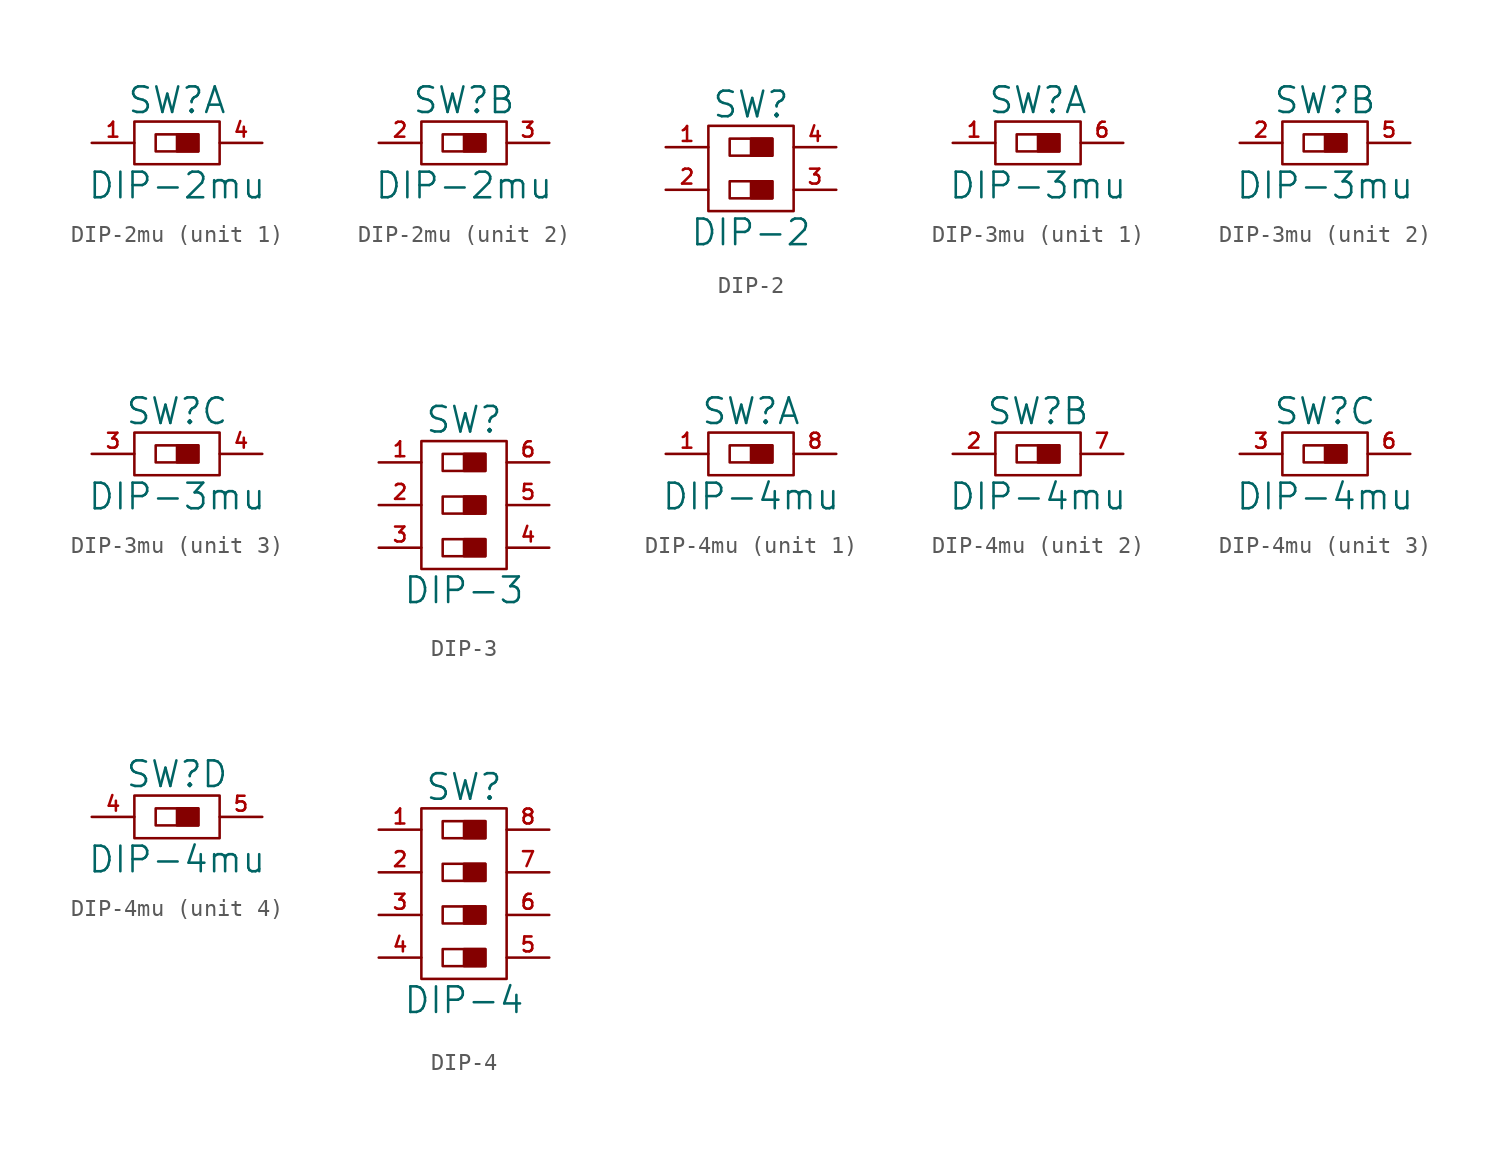
<source format=kicad_sym>
(kicad_symbol_lib
  (version 20220914)
  (generator kicad_symbol_editor)
  (symbol "DIP-2mu"
    (pin_names
      (offset 0))
    (property "Reference" "SW"
      (at 0 2.54 0)
      (effects (font (size 1.524 1.524))))
    (property "Value" "DIP-2mu"
      (at 0 -2.54 0)
      (effects (font (size 1.524 1.524))))
    (property "Footprint" ""
      (at 0 -2.54 0)
      (effects (font (size 1.524 1.524))))
    (property "Datasheet" ""
      (at 0 0 0)
      (effects (font (size 1.524 1.524))))
    (property "ki_locked" ""
      (at 0 0 0)
      (effects (font (size 1.27 1.27))))
    (symbol "DIP-2mu_0_1"
      (rectangle (start -1.27 0.508) (end 1.27 -0.508) (stroke (width 0) (type solid)) (fill (type none)))
      (rectangle (start 0 0.508) (end 1.27 -0.508) (stroke (width 0) (type solid)) (fill (type outline)))
      (rectangle (start 2.54 1.27) (end -2.54 -1.27) (stroke (width 0) (type solid)) (fill (type none))))
    (symbol "DIP-2mu_1_1"
      (pin passive line (at -5.08 0 0) (length 2.54) (name "~" (effects (font (size 1.27 1.27)))) (number "1" (effects (font (size 0.889 0.889)))))
      (pin passive line (at 5.08 0 180) (length 2.54) (name "~" (effects (font (size 1.27 1.27)))) (number "4" (effects (font (size 0.889 0.889))))))
    (symbol "DIP-2mu_2_1"
      (pin passive line (at -5.08 0 0) (length 2.54) (name "~" (effects (font (size 1.27 1.27)))) (number "2" (effects (font (size 0.889 0.889)))))
      (pin passive line (at 5.08 0 180) (length 2.54) (name "~" (effects (font (size 1.27 1.27)))) (number "3" (effects (font (size 0.889 0.889)))))))
  (symbol "DIP-2"
    (pin_names
      (offset 0))
    (property "Reference" "SW"
      (at 0 3.81 0)
      (effects (font (size 1.524 1.524))))
    (property "Value" "DIP-2"
      (at 0 -3.81 0)
      (effects (font (size 1.524 1.524))))
    (property "Footprint" ""
      (at 0 -2.54 0)
      (effects (font (size 1.524 1.524))))
    (property "Datasheet" ""
      (at 0 0 0)
      (effects (font (size 1.524 1.524))))
    (symbol "DIP-2_0_1"
      (rectangle (start -1.27 -0.762) (end 1.27 -1.778) (stroke (width 0) (type solid)) (fill (type none)))
      (rectangle (start -1.27 1.778) (end 1.27 0.762) (stroke (width 0) (type solid)) (fill (type none)))
      (rectangle (start 0 -0.762) (end 1.27 -1.778) (stroke (width 0) (type solid)) (fill (type outline)))
      (rectangle (start 0 1.778) (end 1.27 0.762) (stroke (width 0) (type solid)) (fill (type outline)))
      (rectangle (start 2.54 2.54) (end -2.54 -2.54) (stroke (width 0) (type solid)) (fill (type none))))
    (symbol "DIP-2_1_1"
      (pin passive line (at -5.08 1.27 0) (length 2.54) (name "~" (effects (font (size 1.27 1.27)))) (number "1" (effects (font (size 0.889 0.889)))))
      (pin passive line (at -5.08 -1.27 0) (length 2.54) (name "~" (effects (font (size 1.27 1.27)))) (number "2" (effects (font (size 0.889 0.889)))))
      (pin passive line (at 5.08 -1.27 180) (length 2.54) (name "~" (effects (font (size 1.27 1.27)))) (number "3" (effects (font (size 0.889 0.889)))))
      (pin passive line (at 5.08 1.27 180) (length 2.54) (name "~" (effects (font (size 1.27 1.27)))) (number "4" (effects (font (size 0.889 0.889)))))))
  (symbol "DIP-3mu"
    (pin_names
      (offset 0))
    (property "Reference" "SW"
      (at 0 2.54 0)
      (effects (font (size 1.524 1.524))))
    (property "Value" "DIP-3mu"
      (at 0 -2.54 0)
      (effects (font (size 1.524 1.524))))
    (property "Footprint" ""
      (at 0 -1.27 0)
      (effects (font (size 1.524 1.524))))
    (property "Datasheet" ""
      (at 0 0 0)
      (effects (font (size 1.524 1.524))))
    (property "ki_locked" ""
      (at 0 0 0)
      (effects (font (size 1.27 1.27))))
    (symbol "DIP-3mu_0_1"
      (rectangle (start -1.27 0.508) (end 1.27 -0.508) (stroke (width 0) (type solid)) (fill (type none)))
      (rectangle (start 0 0.508) (end 1.27 -0.508) (stroke (width 0) (type solid)) (fill (type outline)))
      (rectangle (start 2.54 1.27) (end -2.54 -1.27) (stroke (width 0) (type solid)) (fill (type none))))
    (symbol "DIP-3mu_1_1"
      (pin passive line (at -5.08 0 0) (length 2.54) (name "~" (effects (font (size 1.27 1.27)))) (number "1" (effects (font (size 0.889 0.889)))))
      (pin passive line (at 5.08 0 180) (length 2.54) (name "~" (effects (font (size 1.27 1.27)))) (number "6" (effects (font (size 0.889 0.889))))))
    (symbol "DIP-3mu_2_1"
      (pin passive line (at -5.08 0 0) (length 2.54) (name "~" (effects (font (size 1.27 1.27)))) (number "2" (effects (font (size 0.889 0.889)))))
      (pin passive line (at 5.08 0 180) (length 2.54) (name "~" (effects (font (size 1.27 1.27)))) (number "5" (effects (font (size 0.889 0.889))))))
    (symbol "DIP-3mu_3_1"
      (pin passive line (at -5.08 0 0) (length 2.54) (name "~" (effects (font (size 1.27 1.27)))) (number "3" (effects (font (size 0.889 0.889)))))
      (pin passive line (at 5.08 0 180) (length 2.54) (name "~" (effects (font (size 1.27 1.27)))) (number "4" (effects (font (size 0.889 0.889)))))))
  (symbol "DIP-3"
    (pin_names
      (offset 0))
    (property "Reference" "SW"
      (at 0 5.08 0)
      (effects (font (size 1.524 1.524))))
    (property "Value" "DIP-3"
      (at 0 -5.08 0)
      (effects (font (size 1.524 1.524))))
    (property "Footprint" ""
      (at 0 -1.27 0)
      (effects (font (size 1.524 1.524))))
    (property "Datasheet" ""
      (at 0 0 0)
      (effects (font (size 1.524 1.524))))
    (symbol "DIP-3_0_1"
      (rectangle (start -1.27 -2.032) (end 1.27 -3.048) (stroke (width 0) (type solid)) (fill (type none)))
      (rectangle (start -1.27 0.508) (end 1.27 -0.508) (stroke (width 0) (type solid)) (fill (type none)))
      (rectangle (start -1.27 3.048) (end 1.27 2.032) (stroke (width 0) (type solid)) (fill (type none)))
      (rectangle (start 0 -2.032) (end 1.27 -3.048) (stroke (width 0) (type solid)) (fill (type outline)))
      (rectangle (start 0 0.508) (end 1.27 -0.508) (stroke (width 0) (type solid)) (fill (type outline)))
      (rectangle (start 0 3.048) (end 1.27 2.032) (stroke (width 0) (type solid)) (fill (type outline)))
      (rectangle (start 2.54 3.81) (end -2.54 -3.81) (stroke (width 0) (type solid)) (fill (type none))))
    (symbol "DIP-3_1_1"
      (pin passive line (at -5.08 2.54 0) (length 2.54) (name "~" (effects (font (size 1.27 1.27)))) (number "1" (effects (font (size 0.889 0.889)))))
      (pin passive line (at -5.08 0 0) (length 2.54) (name "~" (effects (font (size 1.27 1.27)))) (number "2" (effects (font (size 0.889 0.889)))))
      (pin passive line (at -5.08 -2.54 0) (length 2.54) (name "~" (effects (font (size 1.27 1.27)))) (number "3" (effects (font (size 0.889 0.889)))))
      (pin passive line (at 5.08 -2.54 180) (length 2.54) (name "~" (effects (font (size 1.27 1.27)))) (number "4" (effects (font (size 0.889 0.889)))))
      (pin passive line (at 5.08 0 180) (length 2.54) (name "~" (effects (font (size 1.27 1.27)))) (number "5" (effects (font (size 0.889 0.889)))))
      (pin passive line (at 5.08 2.54 180) (length 2.54) (name "~" (effects (font (size 1.27 1.27)))) (number "6" (effects (font (size 0.889 0.889)))))))
  (symbol "DIP-4mu"
    (pin_names
      (offset 0))
    (property "Reference" "SW"
      (at 0 2.54 0)
      (effects (font (size 1.524 1.524))))
    (property "Value" "DIP-4mu"
      (at 0 -2.54 0)
      (effects (font (size 1.524 1.524))))
    (property "Footprint" ""
      (at 0 -1.27 0)
      (effects (font (size 1.524 1.524))))
    (property "Datasheet" ""
      (at 0 0 0)
      (effects (font (size 1.524 1.524))))
    (property "ki_locked" ""
      (at 0 0 0)
      (effects (font (size 1.27 1.27))))
    (symbol "DIP-4mu_0_1"
      (rectangle (start -1.27 0.508) (end 1.27 -0.508) (stroke (width 0) (type solid)) (fill (type none)))
      (rectangle (start 0 0.508) (end 1.27 -0.508) (stroke (width 0) (type solid)) (fill (type outline)))
      (rectangle (start 2.54 1.27) (end -2.54 -1.27) (stroke (width 0) (type solid)) (fill (type none))))
    (symbol "DIP-4mu_1_1"
      (pin passive line (at -5.08 0 0) (length 2.54) (name "~" (effects (font (size 1.27 1.27)))) (number "1" (effects (font (size 0.889 0.889)))))
      (pin passive line (at 5.08 0 180) (length 2.54) (name "~" (effects (font (size 1.27 1.27)))) (number "8" (effects (font (size 0.889 0.889))))))
    (symbol "DIP-4mu_2_1"
      (pin passive line (at -5.08 0 0) (length 2.54) (name "~" (effects (font (size 1.27 1.27)))) (number "2" (effects (font (size 0.889 0.889)))))
      (pin passive line (at 5.08 0 180) (length 2.54) (name "~" (effects (font (size 1.27 1.27)))) (number "7" (effects (font (size 0.889 0.889))))))
    (symbol "DIP-4mu_3_1"
      (pin passive line (at -5.08 0 0) (length 2.54) (name "~" (effects (font (size 1.27 1.27)))) (number "3" (effects (font (size 0.889 0.889)))))
      (pin passive line (at 5.08 0 180) (length 2.54) (name "~" (effects (font (size 1.27 1.27)))) (number "6" (effects (font (size 0.889 0.889))))))
    (symbol "DIP-4mu_4_1"
      (pin passive line (at -5.08 0 0) (length 2.54) (name "~" (effects (font (size 1.27 1.27)))) (number "4" (effects (font (size 0.889 0.889)))))
      (pin passive line (at 5.08 0 180) (length 2.54) (name "~" (effects (font (size 1.27 1.27)))) (number "5" (effects (font (size 0.889 0.889)))))))
  (symbol "DIP-4"
    (pin_names
      (offset 0))
    (property "Reference" "SW"
      (at 0 6.35 0)
      (effects (font (size 1.524 1.524))))
    (property "Value" "DIP-4"
      (at 0 -6.35 0)
      (effects (font (size 1.524 1.524))))
    (property "Footprint" ""
      (at 0 0 0)
      (effects (font (size 1.524 1.524))))
    (property "Datasheet" ""
      (at 0 0 0)
      (effects (font (size 1.524 1.524))))
    (symbol "DIP-4_0_1"
      (rectangle (start -1.27 -3.302) (end 1.27 -4.318) (stroke (width 0) (type solid)) (fill (type none)))
      (rectangle (start -1.27 -0.762) (end 1.27 -1.778) (stroke (width 0) (type solid)) (fill (type none)))
      (rectangle (start -1.27 1.778) (end 1.27 0.762) (stroke (width 0) (type solid)) (fill (type none)))
      (rectangle (start -1.27 4.318) (end 1.27 3.302) (stroke (width 0) (type solid)) (fill (type none)))
      (rectangle (start 0 -3.302) (end 1.27 -4.318) (stroke (width 0) (type solid)) (fill (type outline)))
      (rectangle (start 0 -0.762) (end 1.27 -1.778) (stroke (width 0) (type solid)) (fill (type outline)))
      (rectangle (start 0 1.778) (end 1.27 0.762) (stroke (width 0) (type solid)) (fill (type outline)))
      (rectangle (start 0 4.318) (end 1.27 3.302) (stroke (width 0) (type solid)) (fill (type outline)))
      (rectangle (start 2.54 5.08) (end -2.54 -5.08) (stroke (width 0) (type solid)) (fill (type none))))
    (symbol "DIP-4_1_1"
      (pin passive line (at -5.08 3.81 0) (length 2.54) (name "~" (effects (font (size 1.27 1.27)))) (number "1" (effects (font (size 0.889 0.889)))))
      (pin passive line (at -5.08 1.27 0) (length 2.54) (name "~" (effects (font (size 1.27 1.27)))) (number "2" (effects (font (size 0.889 0.889)))))
      (pin passive line (at -5.08 -1.27 0) (length 2.54) (name "~" (effects (font (size 1.27 1.27)))) (number "3" (effects (font (size 0.889 0.889)))))
      (pin passive line (at -5.08 -3.81 0) (length 2.54) (name "~" (effects (font (size 1.27 1.27)))) (number "4" (effects (font (size 0.889 0.889)))))
      (pin passive line (at 5.08 -3.81 180) (length 2.54) (name "~" (effects (font (size 1.27 1.27)))) (number "5" (effects (font (size 0.889 0.889)))))
      (pin passive line (at 5.08 -1.27 180) (length 2.54) (name "~" (effects (font (size 1.27 1.27)))) (number "6" (effects (font (size 0.889 0.889)))))
      (pin passive line (at 5.08 1.27 180) (length 2.54) (name "~" (effects (font (size 1.27 1.27)))) (number "7" (effects (font (size 0.889 0.889)))))
      (pin passive line (at 5.08 3.81 180) (length 2.54) (name "~" (effects (font (size 1.27 1.27)))) (number "8" (effects (font (size 0.889 0.889))))))))
</source>
